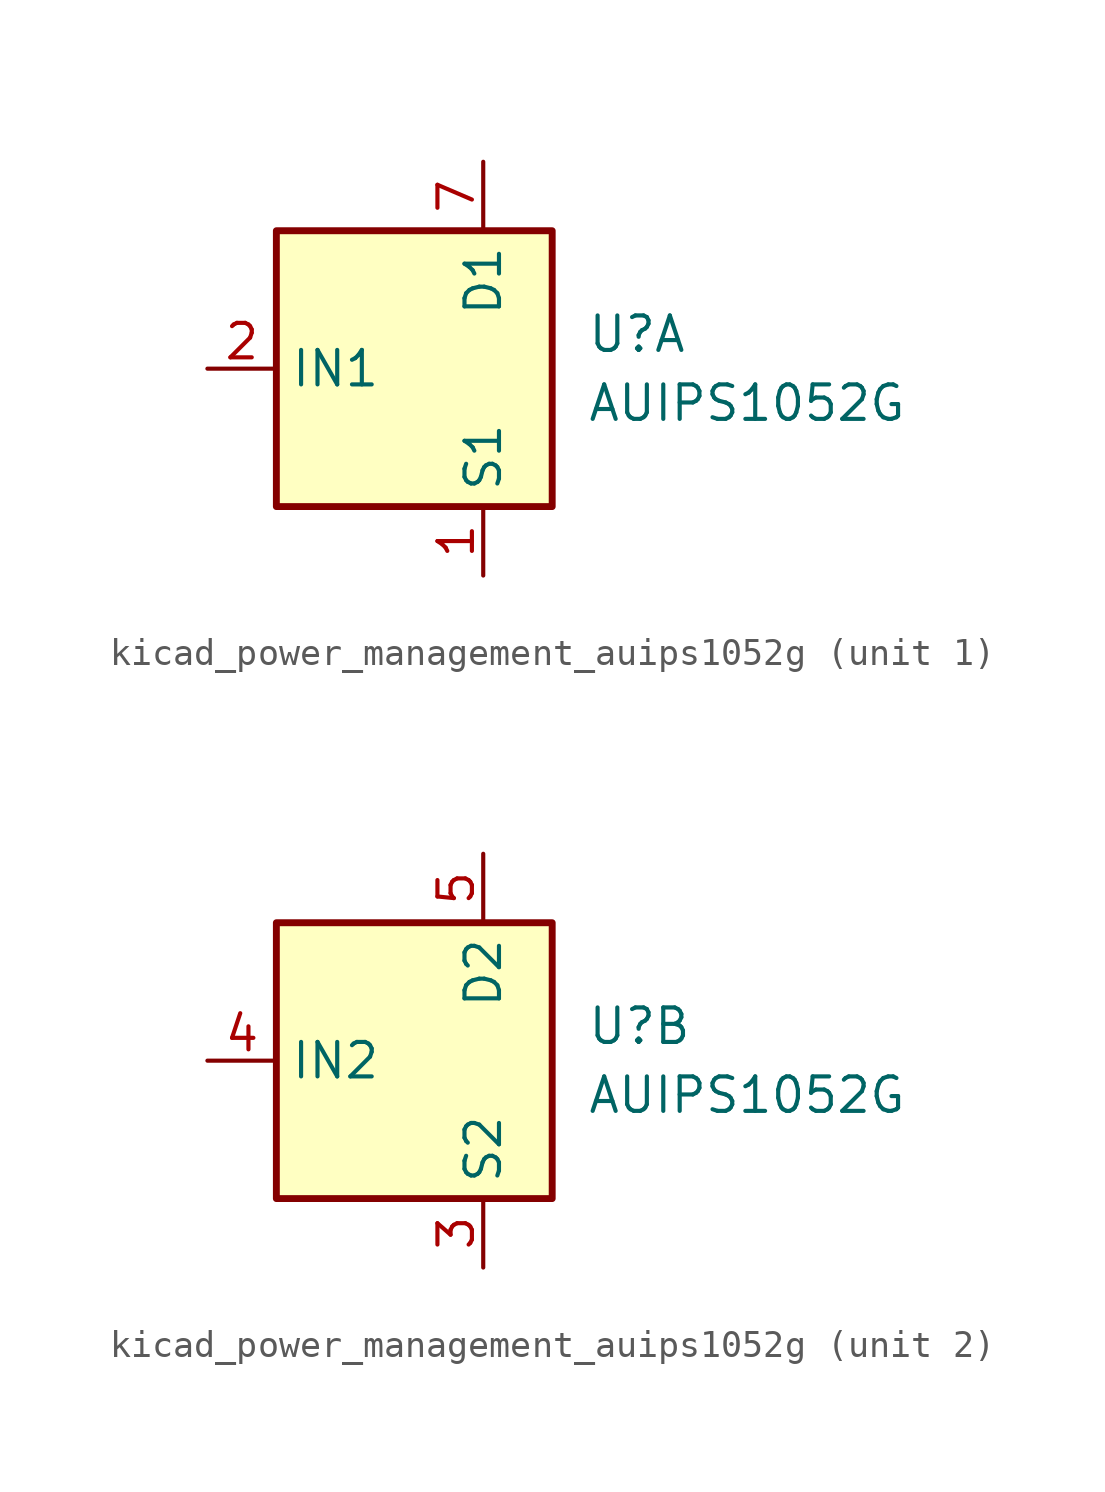
<source format=kicad_sym>
(kicad_symbol_lib
  (version 20220914)
  (generator kicad_symbol_editor)
  (symbol "kicad_power_management_auips1052g"
    (property "Reference" "U"
      (at 3.81 1.27 0)
      (effects (font (size 1.27 1.27)) (justify left)))
    (property "Value" "AUIPS1052G"
      (at 3.81 -1.27 0)
      (effects (font (size 1.27 1.27)) (justify left)))
    (symbol "kicad_power_management_auips1052g_0_1"
      (rectangle (start -7.62 5.08) (end 2.54 -5.08) (stroke (width 0.254) (type default)) (fill (type background))))
    (symbol "kicad_power_management_auips1052g_1_1"
      (pin power_in line (at 0 -7.62 90) (length 2.54) (name "S1" (effects (font (size 1.27 1.27)))) (number "1" (effects (font (size 1.27 1.27)))))
      (pin input line (at -10.16 0 0) (length 2.54) (name "IN1" (effects (font (size 1.27 1.27)))) (number "2" (effects (font (size 1.27 1.27)))))
      (pin passive line (at 0 7.62 270) (length 2.54) (name "D1" (effects (font (size 1.27 1.27)))) (number "7" (effects (font (size 1.27 1.27)))))
      (pin passive line (at 0 7.62 270) (length 2.54) hide (name "D1" (effects (font (size 1.27 1.27)))) (number "8" (effects (font (size 1.27 1.27))))))
    (symbol "kicad_power_management_auips1052g_2_1"
      (pin power_in line (at 0 -7.62 90) (length 2.54) (name "S2" (effects (font (size 1.27 1.27)))) (number "3" (effects (font (size 1.27 1.27)))))
      (pin input line (at -10.16 0 0) (length 2.54) (name "IN2" (effects (font (size 1.27 1.27)))) (number "4" (effects (font (size 1.27 1.27)))))
      (pin passive line (at 0 7.62 270) (length 2.54) (name "D2" (effects (font (size 1.27 1.27)))) (number "5" (effects (font (size 1.27 1.27)))))
      (pin passive line (at 0 7.62 270) (length 2.54) hide (name "D2" (effects (font (size 1.27 1.27)))) (number "6" (effects (font (size 1.27 1.27))))))))
</source>
